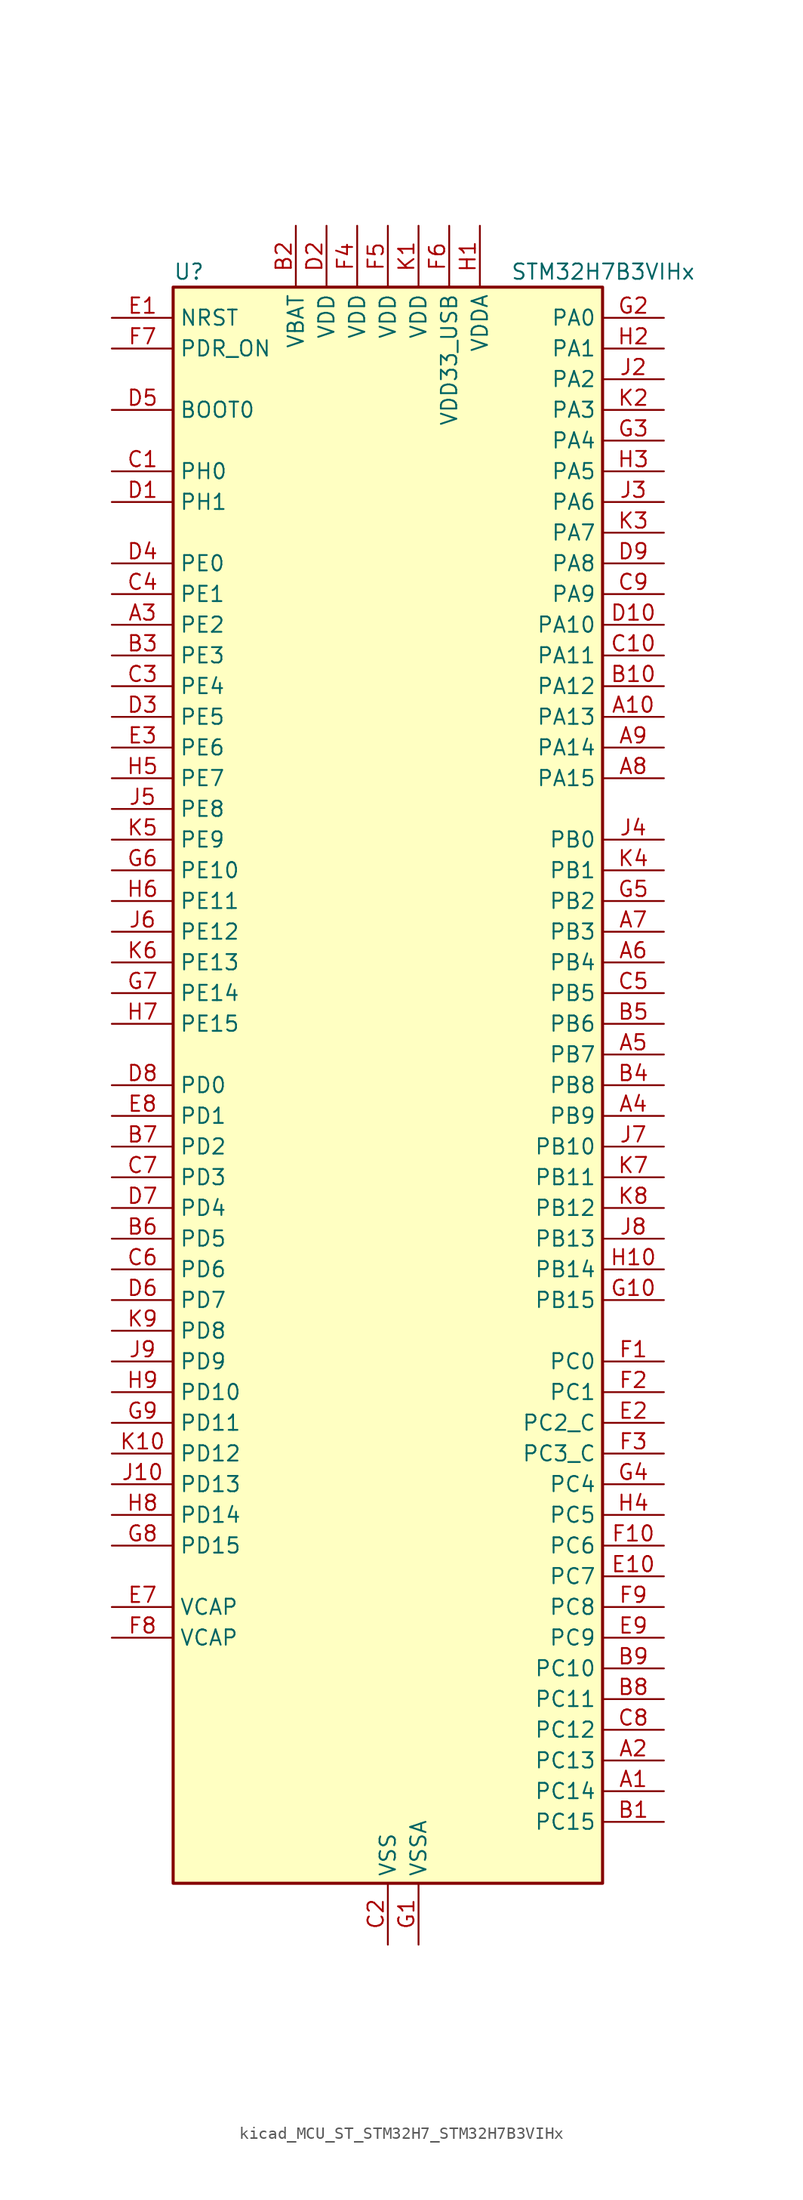
<source format=kicad_sym>
(kicad_symbol_lib
  (version 20220914)
  (generator kicad_symbol_editor)
  (symbol "kicad_MCU_ST_STM32H7_STM32H7B3VIHx"
    (property "Reference" "U"
      (at -17.78 67.31 0)
      (effects (font (size 1.27 1.27)) (justify left)))
    (property "Value" "STM32H7B3VIHx"
      (at 10.16 67.31 0)
      (effects (font (size 1.27 1.27)) (justify left)))
    (property "ki_locked" ""
      (at 0 0 0)
      (effects (font (size 1.27 1.27))))
    (symbol "kicad_MCU_ST_STM32H7_STM32H7B3VIHx_0_1"
      (rectangle (start -17.78 -66.04) (end 17.78 66.04) (stroke (width 0.254) (type default)) (fill (type background))))
    (symbol "kicad_MCU_ST_STM32H7_STM32H7B3VIHx_1_1"
      (pin bidirectional line (at 22.86 -58.42 180) (length 5.08) (name "PC14" (effects (font (size 1.27 1.27)))) (number "A1" (effects (font (size 1.27 1.27)))) (alternate "RCC_OSC32_IN" bidirectional line))
      (pin bidirectional line (at 22.86 30.48 180) (length 5.08) (name "PA13" (effects (font (size 1.27 1.27)))) (number "A10" (effects (font (size 1.27 1.27)))) (alternate "DEBUG_JTMS-SWDIO" bidirectional line))
      (pin bidirectional line (at 22.86 -55.88 180) (length 5.08) (name "PC13" (effects (font (size 1.27 1.27)))) (number "A2" (effects (font (size 1.27 1.27)))) (alternate "PWR_WKUP4" bidirectional line) (alternate "RTC_OUT_ALARM" bidirectional line) (alternate "RTC_OUT_CALIB" bidirectional line) (alternate "RTC_TAMP1" bidirectional line) (alternate "RTC_TS" bidirectional line))
      (pin bidirectional line (at -22.86 38.1 0) (length 5.08) (name "PE2" (effects (font (size 1.27 1.27)))) (number "A3" (effects (font (size 1.27 1.27)))) (alternate "DEBUG_TRACECLK" bidirectional line) (alternate "FMC_A23" bidirectional line) (alternate "OCTOSPIM_P1_IO2" bidirectional line) (alternate "SAI1_CK1" bidirectional line) (alternate "SAI1_MCLK_A" bidirectional line) (alternate "SPI4_SCK" bidirectional line) (alternate "USART10_RX" bidirectional line))
      (pin bidirectional line (at 22.86 -2.54 180) (length 5.08) (name "PB9" (effects (font (size 1.27 1.27)))) (number "A4" (effects (font (size 1.27 1.27)))) (alternate "DAC1_EXTI9" bidirectional line) (alternate "DCMI_D7" bidirectional line) (alternate "DFSDM1_DATIN7" bidirectional line) (alternate "FDCAN1_TX" bidirectional line) (alternate "I2C1_SDA" bidirectional line) (alternate "I2C4_SDA" bidirectional line) (alternate "I2C4_SMBA" bidirectional line) (alternate "I2S2_WS" bidirectional line) (alternate "LTDC_B7" bidirectional line) (alternate "PSSI_D7" bidirectional line) (alternate "SDMMC1_CDIR" bidirectional line) (alternate "SDMMC1_D5" bidirectional line) (alternate "SDMMC2_D5" bidirectional line) (alternate "SPI2_NSS" bidirectional line) (alternate "TIM17_CH1" bidirectional line) (alternate "TIM4_CH4" bidirectional line) (alternate "UART4_TX" bidirectional line))
      (pin bidirectional line (at 22.86 2.54 180) (length 5.08) (name "PB7" (effects (font (size 1.27 1.27)))) (number "A5" (effects (font (size 1.27 1.27)))) (alternate "DCMI_VSYNC" bidirectional line) (alternate "DFSDM1_CKIN5" bidirectional line) (alternate "FMC_NL" bidirectional line) (alternate "I2C1_SDA" bidirectional line) (alternate "I2C4_SDA" bidirectional line) (alternate "LPUART1_RX" bidirectional line) (alternate "PSSI_RDY" bidirectional line) (alternate "PWR_PVD_IN" bidirectional line) (alternate "TIM17_CH1N" bidirectional line) (alternate "TIM4_CH2" bidirectional line) (alternate "USART1_RX" bidirectional line))
      (pin bidirectional line (at 22.86 10.16 180) (length 5.08) (name "PB4" (effects (font (size 1.27 1.27)))) (number "A6" (effects (font (size 1.27 1.27)))) (alternate "DEBUG_JTRST" bidirectional line) (alternate "I2S1_SDI" bidirectional line) (alternate "I2S2_WS" bidirectional line) (alternate "I2S3_SDI" bidirectional line) (alternate "I2S6_SDI" bidirectional line) (alternate "SDMMC2_D3" bidirectional line) (alternate "SPI1_MISO" bidirectional line) (alternate "SPI2_NSS" bidirectional line) (alternate "SPI3_MISO" bidirectional line) (alternate "SPI6_MISO" bidirectional line) (alternate "TIM16_BKIN" bidirectional line) (alternate "TIM3_CH1" bidirectional line) (alternate "UART7_TX" bidirectional line))
      (pin bidirectional line (at 22.86 12.7 180) (length 5.08) (name "PB3" (effects (font (size 1.27 1.27)))) (number "A7" (effects (font (size 1.27 1.27)))) (alternate "CRS_SYNC" bidirectional line) (alternate "DEBUG_JTDO-SWO" bidirectional line) (alternate "I2S1_CK" bidirectional line) (alternate "I2S3_CK" bidirectional line) (alternate "I2S6_CK" bidirectional line) (alternate "SDMMC2_D2" bidirectional line) (alternate "SPI1_SCK" bidirectional line) (alternate "SPI3_SCK" bidirectional line) (alternate "SPI6_SCK" bidirectional line) (alternate "TIM2_CH2" bidirectional line) (alternate "UART7_RX" bidirectional line))
      (pin bidirectional line (at 22.86 25.4 180) (length 5.08) (name "PA15" (effects (font (size 1.27 1.27)))) (number "A8" (effects (font (size 1.27 1.27)))) (alternate "ADC1_EXTI15" bidirectional line) (alternate "ADC2_EXTI15" bidirectional line) (alternate "CEC" bidirectional line) (alternate "DEBUG_JTDI" bidirectional line) (alternate "I2S1_WS" bidirectional line) (alternate "I2S3_WS" bidirectional line) (alternate "I2S6_WS" bidirectional line) (alternate "LTDC_B6" bidirectional line) (alternate "LTDC_R3" bidirectional line) (alternate "SPI1_NSS" bidirectional line) (alternate "SPI3_NSS" bidirectional line) (alternate "SPI6_NSS" bidirectional line) (alternate "TIM2_CH1" bidirectional line) (alternate "TIM2_ETR" bidirectional line) (alternate "UART4_DE" bidirectional line) (alternate "UART4_RTS" bidirectional line) (alternate "UART7_TX" bidirectional line))
      (pin bidirectional line (at 22.86 27.94 180) (length 5.08) (name "PA14" (effects (font (size 1.27 1.27)))) (number "A9" (effects (font (size 1.27 1.27)))) (alternate "DEBUG_JTCK-SWCLK" bidirectional line))
      (pin bidirectional line (at 22.86 -60.96 180) (length 5.08) (name "PC15" (effects (font (size 1.27 1.27)))) (number "B1" (effects (font (size 1.27 1.27)))) (alternate "ADC1_EXTI15" bidirectional line) (alternate "ADC2_EXTI15" bidirectional line) (alternate "RCC_OSC32_OUT" bidirectional line))
      (pin bidirectional line (at 22.86 33.02 180) (length 5.08) (name "PA12" (effects (font (size 1.27 1.27)))) (number "B10" (effects (font (size 1.27 1.27)))) (alternate "FDCAN1_TX" bidirectional line) (alternate "I2S2_CK" bidirectional line) (alternate "LPUART1_DE" bidirectional line) (alternate "LPUART1_RTS" bidirectional line) (alternate "LTDC_R5" bidirectional line) (alternate "SAI2_FS_B" bidirectional line) (alternate "SPI2_SCK" bidirectional line) (alternate "TIM1_ETR" bidirectional line) (alternate "UART4_TX" bidirectional line) (alternate "USART1_DE" bidirectional line) (alternate "USART1_RTS" bidirectional line) (alternate "USB_OTG_HS_DP" bidirectional line))
      (pin power_in line (at -7.62 71.12 270) (length 5.08) (name "VBAT" (effects (font (size 1.27 1.27)))) (number "B2" (effects (font (size 1.27 1.27)))))
      (pin bidirectional line (at -22.86 35.56 0) (length 5.08) (name "PE3" (effects (font (size 1.27 1.27)))) (number "B3" (effects (font (size 1.27 1.27)))) (alternate "DEBUG_TRACED0" bidirectional line) (alternate "FMC_A19" bidirectional line) (alternate "SAI1_SD_B" bidirectional line) (alternate "TIM15_BKIN" bidirectional line) (alternate "USART10_TX" bidirectional line))
      (pin bidirectional line (at 22.86 0 180) (length 5.08) (name "PB8" (effects (font (size 1.27 1.27)))) (number "B4" (effects (font (size 1.27 1.27)))) (alternate "DCMI_D6" bidirectional line) (alternate "DFSDM1_CKIN7" bidirectional line) (alternate "FDCAN1_RX" bidirectional line) (alternate "I2C1_SCL" bidirectional line) (alternate "I2C4_SCL" bidirectional line) (alternate "LTDC_B6" bidirectional line) (alternate "PSSI_D6" bidirectional line) (alternate "SDMMC1_CKIN" bidirectional line) (alternate "SDMMC1_D4" bidirectional line) (alternate "SDMMC2_D4" bidirectional line) (alternate "TIM16_CH1" bidirectional line) (alternate "TIM4_CH3" bidirectional line) (alternate "UART4_RX" bidirectional line))
      (pin bidirectional line (at 22.86 5.08 180) (length 5.08) (name "PB6" (effects (font (size 1.27 1.27)))) (number "B5" (effects (font (size 1.27 1.27)))) (alternate "CEC" bidirectional line) (alternate "DCMI_D5" bidirectional line) (alternate "DFSDM1_DATIN5" bidirectional line) (alternate "FDCAN2_TX" bidirectional line) (alternate "FMC_SDNE1" bidirectional line) (alternate "I2C1_SCL" bidirectional line) (alternate "I2C4_SCL" bidirectional line) (alternate "LPUART1_TX" bidirectional line) (alternate "OCTOSPIM_P1_NCS" bidirectional line) (alternate "PSSI_D5" bidirectional line) (alternate "TIM16_CH1N" bidirectional line) (alternate "TIM4_CH1" bidirectional line) (alternate "UART5_TX" bidirectional line) (alternate "USART1_TX" bidirectional line))
      (pin bidirectional line (at -22.86 -12.7 0) (length 5.08) (name "PD5" (effects (font (size 1.27 1.27)))) (number "B6" (effects (font (size 1.27 1.27)))) (alternate "FMC_NWE" bidirectional line) (alternate "OCTOSPIM_P1_IO5" bidirectional line) (alternate "USART2_TX" bidirectional line))
      (pin bidirectional line (at -22.86 -5.08 0) (length 5.08) (name "PD2" (effects (font (size 1.27 1.27)))) (number "B7" (effects (font (size 1.27 1.27)))) (alternate "DCMI_D11" bidirectional line) (alternate "DEBUG_TRACED2" bidirectional line) (alternate "LTDC_B2" bidirectional line) (alternate "LTDC_B7" bidirectional line) (alternate "PSSI_D11" bidirectional line) (alternate "SDMMC1_CMD" bidirectional line) (alternate "TIM15_BKIN" bidirectional line) (alternate "TIM3_ETR" bidirectional line) (alternate "UART5_RX" bidirectional line))
      (pin bidirectional line (at 22.86 -50.8 180) (length 5.08) (name "PC11" (effects (font (size 1.27 1.27)))) (number "B8" (effects (font (size 1.27 1.27)))) (alternate "ADC1_EXTI11" bidirectional line) (alternate "ADC2_EXTI11" bidirectional line) (alternate "DCMI_D4" bidirectional line) (alternate "DFSDM1_DATIN5" bidirectional line) (alternate "DFSDM2_DATIN0" bidirectional line) (alternate "I2S3_SDI" bidirectional line) (alternate "LTDC_B4" bidirectional line) (alternate "OCTOSPIM_P1_NCS" bidirectional line) (alternate "PSSI_D4" bidirectional line) (alternate "SDMMC1_D3" bidirectional line) (alternate "SPI3_MISO" bidirectional line) (alternate "UART4_RX" bidirectional line) (alternate "USART3_RX" bidirectional line))
      (pin bidirectional line (at 22.86 -48.26 180) (length 5.08) (name "PC10" (effects (font (size 1.27 1.27)))) (number "B9" (effects (font (size 1.27 1.27)))) (alternate "DCMI_D8" bidirectional line) (alternate "DFSDM1_CKIN5" bidirectional line) (alternate "DFSDM2_CKIN0" bidirectional line) (alternate "I2S3_CK" bidirectional line) (alternate "LTDC_B1" bidirectional line) (alternate "LTDC_R2" bidirectional line) (alternate "OCTOSPIM_P1_IO1" bidirectional line) (alternate "PSSI_D8" bidirectional line) (alternate "SDMMC1_D2" bidirectional line) (alternate "SPI3_SCK" bidirectional line) (alternate "SWPMI1_RX" bidirectional line) (alternate "UART4_TX" bidirectional line) (alternate "USART3_TX" bidirectional line))
      (pin bidirectional line (at -22.86 50.8 0) (length 5.08) (name "PH0" (effects (font (size 1.27 1.27)))) (number "C1" (effects (font (size 1.27 1.27)))) (alternate "RCC_OSC_IN" bidirectional line))
      (pin bidirectional line (at 22.86 35.56 180) (length 5.08) (name "PA11" (effects (font (size 1.27 1.27)))) (number "C10" (effects (font (size 1.27 1.27)))) (alternate "ADC1_EXTI11" bidirectional line) (alternate "ADC2_EXTI11" bidirectional line) (alternate "FDCAN1_RX" bidirectional line) (alternate "I2S2_WS" bidirectional line) (alternate "LPUART1_CTS" bidirectional line) (alternate "LTDC_R4" bidirectional line) (alternate "SPI2_NSS" bidirectional line) (alternate "TIM1_CH4" bidirectional line) (alternate "UART4_RX" bidirectional line) (alternate "USART1_CTS" bidirectional line) (alternate "USART1_NSS" bidirectional line) (alternate "USB_OTG_HS_DM" bidirectional line))
      (pin power_in line (at 0 -71.12 90) (length 5.08) (name "VSS" (effects (font (size 1.27 1.27)))) (number "C2" (effects (font (size 1.27 1.27)))))
      (pin bidirectional line (at -22.86 33.02 0) (length 5.08) (name "PE4" (effects (font (size 1.27 1.27)))) (number "C3" (effects (font (size 1.27 1.27)))) (alternate "DCMI_D4" bidirectional line) (alternate "DEBUG_TRACED1" bidirectional line) (alternate "DFSDM1_DATIN3" bidirectional line) (alternate "FMC_A20" bidirectional line) (alternate "LTDC_B0" bidirectional line) (alternate "PSSI_D4" bidirectional line) (alternate "SAI1_D2" bidirectional line) (alternate "SAI1_FS_A" bidirectional line) (alternate "SPI4_NSS" bidirectional line) (alternate "TIM15_CH1N" bidirectional line))
      (pin bidirectional line (at -22.86 40.64 0) (length 5.08) (name "PE1" (effects (font (size 1.27 1.27)))) (number "C4" (effects (font (size 1.27 1.27)))) (alternate "DCMI_D3" bidirectional line) (alternate "FMC_NBL1" bidirectional line) (alternate "LPTIM1_IN2" bidirectional line) (alternate "LTDC_R6" bidirectional line) (alternate "PSSI_D3" bidirectional line) (alternate "UART8_TX" bidirectional line))
      (pin bidirectional line (at 22.86 7.62 180) (length 5.08) (name "PB5" (effects (font (size 1.27 1.27)))) (number "C5" (effects (font (size 1.27 1.27)))) (alternate "DCMI_D10" bidirectional line) (alternate "FDCAN2_RX" bidirectional line) (alternate "FMC_SDCKE1" bidirectional line) (alternate "I2C1_SMBA" bidirectional line) (alternate "I2C4_SMBA" bidirectional line) (alternate "I2S1_SDO" bidirectional line) (alternate "I2S3_SDO" bidirectional line) (alternate "I2S6_SDO" bidirectional line) (alternate "LTDC_B5" bidirectional line) (alternate "PSSI_D10" bidirectional line) (alternate "SPI1_MOSI" bidirectional line) (alternate "SPI3_MOSI" bidirectional line) (alternate "SPI6_MOSI" bidirectional line) (alternate "TIM17_BKIN" bidirectional line) (alternate "TIM3_CH2" bidirectional line) (alternate "UART5_RX" bidirectional line) (alternate "USB_OTG_HS_ULPI_D7" bidirectional line))
      (pin bidirectional line (at -22.86 -15.24 0) (length 5.08) (name "PD6" (effects (font (size 1.27 1.27)))) (number "C6" (effects (font (size 1.27 1.27)))) (alternate "DCMI_D10" bidirectional line) (alternate "DFSDM1_CKIN4" bidirectional line) (alternate "DFSDM1_DATIN1" bidirectional line) (alternate "FMC_NWAIT" bidirectional line) (alternate "I2S3_SDO" bidirectional line) (alternate "LTDC_B2" bidirectional line) (alternate "OCTOSPIM_P1_IO6" bidirectional line) (alternate "PSSI_D10" bidirectional line) (alternate "SAI1_D1" bidirectional line) (alternate "SAI1_SD_A" bidirectional line) (alternate "SDMMC2_CK" bidirectional line) (alternate "SPI3_MOSI" bidirectional line) (alternate "USART2_RX" bidirectional line))
      (pin bidirectional line (at -22.86 -7.62 0) (length 5.08) (name "PD3" (effects (font (size 1.27 1.27)))) (number "C7" (effects (font (size 1.27 1.27)))) (alternate "DCMI_D5" bidirectional line) (alternate "DFSDM1_CKOUT" bidirectional line) (alternate "FMC_CLK" bidirectional line) (alternate "I2S2_CK" bidirectional line) (alternate "LTDC_G7" bidirectional line) (alternate "PSSI_D5" bidirectional line) (alternate "SPI2_SCK" bidirectional line) (alternate "USART2_CTS" bidirectional line) (alternate "USART2_NSS" bidirectional line))
      (pin bidirectional line (at 22.86 -53.34 180) (length 5.08) (name "PC12" (effects (font (size 1.27 1.27)))) (number "C8" (effects (font (size 1.27 1.27)))) (alternate "DCMI_D9" bidirectional line) (alternate "DEBUG_TRACED3" bidirectional line) (alternate "DFSDM2_CKOUT" bidirectional line) (alternate "I2S3_SDO" bidirectional line) (alternate "I2S6_CK" bidirectional line) (alternate "LTDC_R6" bidirectional line) (alternate "PSSI_D9" bidirectional line) (alternate "SDMMC1_CK" bidirectional line) (alternate "SPI3_MOSI" bidirectional line) (alternate "SPI6_SCK" bidirectional line) (alternate "TIM15_CH1" bidirectional line) (alternate "UART5_TX" bidirectional line) (alternate "USART3_CK" bidirectional line))
      (pin bidirectional line (at 22.86 40.64 180) (length 5.08) (name "PA9" (effects (font (size 1.27 1.27)))) (number "C9" (effects (font (size 1.27 1.27)))) (alternate "DAC1_EXTI9" bidirectional line) (alternate "DCMI_D0" bidirectional line) (alternate "I2C3_SMBA" bidirectional line) (alternate "I2S2_CK" bidirectional line) (alternate "LPUART1_TX" bidirectional line) (alternate "LTDC_R5" bidirectional line) (alternate "PSSI_D0" bidirectional line) (alternate "SPI2_SCK" bidirectional line) (alternate "TIM1_CH2" bidirectional line) (alternate "USART1_TX" bidirectional line) (alternate "USB_OTG_HS_VBUS" bidirectional line))
      (pin bidirectional line (at -22.86 48.26 0) (length 5.08) (name "PH1" (effects (font (size 1.27 1.27)))) (number "D1" (effects (font (size 1.27 1.27)))) (alternate "RCC_OSC_OUT" bidirectional line))
      (pin bidirectional line (at 22.86 38.1 180) (length 5.08) (name "PA10" (effects (font (size 1.27 1.27)))) (number "D10" (effects (font (size 1.27 1.27)))) (alternate "DCMI_D1" bidirectional line) (alternate "LPUART1_RX" bidirectional line) (alternate "LTDC_B1" bidirectional line) (alternate "LTDC_B4" bidirectional line) (alternate "MDIOS_MDIO" bidirectional line) (alternate "PSSI_D1" bidirectional line) (alternate "TIM1_CH3" bidirectional line) (alternate "USART1_RX" bidirectional line) (alternate "USB_OTG_HS_ID" bidirectional line))
      (pin power_in line (at -5.08 71.12 270) (length 5.08) (name "VDD" (effects (font (size 1.27 1.27)))) (number "D2" (effects (font (size 1.27 1.27)))))
      (pin bidirectional line (at -22.86 30.48 0) (length 5.08) (name "PE5" (effects (font (size 1.27 1.27)))) (number "D3" (effects (font (size 1.27 1.27)))) (alternate "DCMI_D6" bidirectional line) (alternate "DEBUG_TRACED2" bidirectional line) (alternate "DFSDM1_CKIN3" bidirectional line) (alternate "FMC_A21" bidirectional line) (alternate "LTDC_G0" bidirectional line) (alternate "PSSI_D6" bidirectional line) (alternate "SAI1_CK2" bidirectional line) (alternate "SAI1_SCK_A" bidirectional line) (alternate "SPI4_MISO" bidirectional line) (alternate "TIM15_CH1" bidirectional line))
      (pin bidirectional line (at -22.86 43.18 0) (length 5.08) (name "PE0" (effects (font (size 1.27 1.27)))) (number "D4" (effects (font (size 1.27 1.27)))) (alternate "DCMI_D2" bidirectional line) (alternate "FMC_NBL0" bidirectional line) (alternate "LPTIM1_ETR" bidirectional line) (alternate "LPTIM2_ETR" bidirectional line) (alternate "LTDC_R0" bidirectional line) (alternate "PSSI_D2" bidirectional line) (alternate "SAI2_MCLK_A" bidirectional line) (alternate "TIM4_ETR" bidirectional line) (alternate "UART8_RX" bidirectional line))
      (pin input line (at -22.86 55.88 0) (length 5.08) (name "BOOT0" (effects (font (size 1.27 1.27)))) (number "D5" (effects (font (size 1.27 1.27)))))
      (pin bidirectional line (at -22.86 -17.78 0) (length 5.08) (name "PD7" (effects (font (size 1.27 1.27)))) (number "D6" (effects (font (size 1.27 1.27)))) (alternate "DFSDM1_CKIN1" bidirectional line) (alternate "DFSDM1_DATIN4" bidirectional line) (alternate "FMC_NE1" bidirectional line) (alternate "I2S1_SDO" bidirectional line) (alternate "OCTOSPIM_P1_IO7" bidirectional line) (alternate "SDMMC2_CMD" bidirectional line) (alternate "SPDIFRX_IN0" bidirectional line) (alternate "SPI1_MOSI" bidirectional line) (alternate "USART2_CK" bidirectional line))
      (pin bidirectional line (at -22.86 -10.16 0) (length 5.08) (name "PD4" (effects (font (size 1.27 1.27)))) (number "D7" (effects (font (size 1.27 1.27)))) (alternate "FMC_NOE" bidirectional line) (alternate "OCTOSPIM_P1_IO4" bidirectional line) (alternate "USART2_DE" bidirectional line) (alternate "USART2_RTS" bidirectional line))
      (pin bidirectional line (at -22.86 0 0) (length 5.08) (name "PD0" (effects (font (size 1.27 1.27)))) (number "D8" (effects (font (size 1.27 1.27)))) (alternate "DFSDM1_CKIN6" bidirectional line) (alternate "FDCAN1_RX" bidirectional line) (alternate "FMC_D2" bidirectional line) (alternate "FMC_DA2" bidirectional line) (alternate "LTDC_B1" bidirectional line) (alternate "UART4_RX" bidirectional line) (alternate "UART9_CTS" bidirectional line))
      (pin bidirectional line (at 22.86 43.18 180) (length 5.08) (name "PA8" (effects (font (size 1.27 1.27)))) (number "D9" (effects (font (size 1.27 1.27)))) (alternate "I2C3_SCL" bidirectional line) (alternate "LTDC_B3" bidirectional line) (alternate "LTDC_R6" bidirectional line) (alternate "RCC_MCO_1" bidirectional line) (alternate "TIM1_CH1" bidirectional line) (alternate "TIM8_BKIN2" bidirectional line) (alternate "TIM8_BKIN2_COMP1" bidirectional line) (alternate "TIM8_BKIN2_COMP2" bidirectional line) (alternate "UART7_RX" bidirectional line) (alternate "USART1_CK" bidirectional line) (alternate "USB_OTG_HS_SOF" bidirectional line))
      (pin input line (at -22.86 63.5 0) (length 5.08) (name "NRST" (effects (font (size 1.27 1.27)))) (number "E1" (effects (font (size 1.27 1.27)))))
      (pin bidirectional line (at 22.86 -40.64 180) (length 5.08) (name "PC7" (effects (font (size 1.27 1.27)))) (number "E10" (effects (font (size 1.27 1.27)))) (alternate "DCMI_D1" bidirectional line) (alternate "DEBUG_TRGIO" bidirectional line) (alternate "DFSDM1_DATIN3" bidirectional line) (alternate "FMC_NE1" bidirectional line) (alternate "I2S3_MCK" bidirectional line) (alternate "LTDC_G6" bidirectional line) (alternate "PSSI_D1" bidirectional line) (alternate "SDMMC1_D123DIR" bidirectional line) (alternate "SDMMC1_D7" bidirectional line) (alternate "SDMMC2_D7" bidirectional line) (alternate "SWPMI1_TX" bidirectional line) (alternate "TIM3_CH2" bidirectional line) (alternate "TIM8_CH2" bidirectional line) (alternate "USART6_RX" bidirectional line))
      (pin bidirectional line (at 22.86 -27.94 180) (length 5.08) (name "PC2_C" (effects (font (size 1.27 1.27)))) (number "E2" (effects (font (size 1.27 1.27)))) (alternate "ADC2_INN1" bidirectional line) (alternate "ADC2_INP0" bidirectional line) (alternate "DFSDM1_CKIN1" bidirectional line) (alternate "DFSDM1_CKOUT" bidirectional line) (alternate "FMC_SDNE0" bidirectional line) (alternate "I2S2_SDI" bidirectional line) (alternate "OCTOSPIM_P1_IO2" bidirectional line) (alternate "OCTOSPIM_P1_IO5" bidirectional line) (alternate "PWR_CSTOP" bidirectional line) (alternate "SPI2_MISO" bidirectional line) (alternate "USB_OTG_HS_ULPI_DIR" bidirectional line))
      (pin bidirectional line (at -22.86 27.94 0) (length 5.08) (name "PE6" (effects (font (size 1.27 1.27)))) (number "E3" (effects (font (size 1.27 1.27)))) (alternate "DCMI_D7" bidirectional line) (alternate "DEBUG_TRACED3" bidirectional line) (alternate "FMC_A22" bidirectional line) (alternate "LTDC_G1" bidirectional line) (alternate "PSSI_D7" bidirectional line) (alternate "SAI1_D1" bidirectional line) (alternate "SAI1_SD_A" bidirectional line) (alternate "SAI2_MCLK_B" bidirectional line) (alternate "SPI4_MOSI" bidirectional line) (alternate "TIM15_CH2" bidirectional line) (alternate "TIM1_BKIN2" bidirectional line) (alternate "TIM1_BKIN2_COMP1" bidirectional line) (alternate "TIM1_BKIN2_COMP2" bidirectional line))
      (pin passive line (at 0 -71.12 90) (length 5.08) hide (name "VSS" (effects (font (size 1.27 1.27)))) (number "E4" (effects (font (size 1.27 1.27)))))
      (pin passive line (at 0 -71.12 90) (length 5.08) hide (name "VSS" (effects (font (size 1.27 1.27)))) (number "E5" (effects (font (size 1.27 1.27)))))
      (pin passive line (at 0 -71.12 90) (length 5.08) hide (name "VSS" (effects (font (size 1.27 1.27)))) (number "E6" (effects (font (size 1.27 1.27)))))
      (pin power_out line (at -22.86 -43.18 0) (length 5.08) (name "VCAP" (effects (font (size 1.27 1.27)))) (number "E7" (effects (font (size 1.27 1.27)))))
      (pin bidirectional line (at -22.86 -2.54 0) (length 5.08) (name "PD1" (effects (font (size 1.27 1.27)))) (number "E8" (effects (font (size 1.27 1.27)))) (alternate "DFSDM1_DATIN6" bidirectional line) (alternate "FDCAN1_TX" bidirectional line) (alternate "FMC_D3" bidirectional line) (alternate "FMC_DA3" bidirectional line) (alternate "UART4_TX" bidirectional line))
      (pin bidirectional line (at 22.86 -45.72 180) (length 5.08) (name "PC9" (effects (font (size 1.27 1.27)))) (number "E9" (effects (font (size 1.27 1.27)))) (alternate "DAC1_EXTI9" bidirectional line) (alternate "DCMI_D3" bidirectional line) (alternate "I2C3_SDA" bidirectional line) (alternate "I2S_CKIN" bidirectional line) (alternate "LTDC_B2" bidirectional line) (alternate "LTDC_G3" bidirectional line) (alternate "OCTOSPIM_P1_IO0" bidirectional line) (alternate "PSSI_D3" bidirectional line) (alternate "RCC_MCO_2" bidirectional line) (alternate "SDMMC1_D1" bidirectional line) (alternate "SWPMI1_SUSPEND" bidirectional line) (alternate "TIM3_CH4" bidirectional line) (alternate "TIM8_CH4" bidirectional line) (alternate "UART5_CTS" bidirectional line))
      (pin bidirectional line (at 22.86 -22.86 180) (length 5.08) (name "PC0" (effects (font (size 1.27 1.27)))) (number "F1" (effects (font (size 1.27 1.27)))) (alternate "ADC1_INP10" bidirectional line) (alternate "ADC2_INP10" bidirectional line) (alternate "DFSDM1_CKIN0" bidirectional line) (alternate "DFSDM1_DATIN4" bidirectional line) (alternate "FMC_A25" bidirectional line) (alternate "FMC_SDNWE" bidirectional line) (alternate "LTDC_G2" bidirectional line) (alternate "LTDC_R5" bidirectional line) (alternate "SAI2_FS_B" bidirectional line) (alternate "USB_OTG_HS_ULPI_STP" bidirectional line))
      (pin bidirectional line (at 22.86 -38.1 180) (length 5.08) (name "PC6" (effects (font (size 1.27 1.27)))) (number "F10" (effects (font (size 1.27 1.27)))) (alternate "DCMI_D0" bidirectional line) (alternate "DFSDM1_CKIN3" bidirectional line) (alternate "FMC_NWAIT" bidirectional line) (alternate "I2S2_MCK" bidirectional line) (alternate "LTDC_HSYNC" bidirectional line) (alternate "PSSI_D0" bidirectional line) (alternate "SDMMC1_D0DIR" bidirectional line) (alternate "SDMMC1_D6" bidirectional line) (alternate "SDMMC2_D6" bidirectional line) (alternate "SWPMI1_IO" bidirectional line) (alternate "TIM3_CH1" bidirectional line) (alternate "TIM8_CH1" bidirectional line) (alternate "USART6_TX" bidirectional line))
      (pin bidirectional line (at 22.86 -25.4 180) (length 5.08) (name "PC1" (effects (font (size 1.27 1.27)))) (number "F2" (effects (font (size 1.27 1.27)))) (alternate "ADC1_INN10" bidirectional line) (alternate "ADC1_INP11" bidirectional line) (alternate "ADC2_INN10" bidirectional line) (alternate "ADC2_INP11" bidirectional line) (alternate "DEBUG_TRACED0" bidirectional line) (alternate "DFSDM1_CKIN4" bidirectional line) (alternate "DFSDM1_DATIN0" bidirectional line) (alternate "I2S2_SDO" bidirectional line) (alternate "LTDC_G5" bidirectional line) (alternate "MDIOS_MDC" bidirectional line) (alternate "OCTOSPIM_P1_IO4" bidirectional line) (alternate "PWR_WKUP6" bidirectional line) (alternate "RTC_TAMP3" bidirectional line) (alternate "SAI1_D1" bidirectional line) (alternate "SAI1_SD_A" bidirectional line) (alternate "SDMMC2_CK" bidirectional line) (alternate "SPI2_MOSI" bidirectional line))
      (pin bidirectional line (at 22.86 -30.48 180) (length 5.08) (name "PC3_C" (effects (font (size 1.27 1.27)))) (number "F3" (effects (font (size 1.27 1.27)))) (alternate "ADC2_INP1" bidirectional line) (alternate "DFSDM1_DATIN1" bidirectional line) (alternate "FMC_SDCKE0" bidirectional line) (alternate "I2S2_SDO" bidirectional line) (alternate "OCTOSPIM_P1_IO0" bidirectional line) (alternate "OCTOSPIM_P1_IO6" bidirectional line) (alternate "PWR_CSLEEP" bidirectional line) (alternate "SPI2_MOSI" bidirectional line) (alternate "USB_OTG_HS_ULPI_NXT" bidirectional line))
      (pin power_in line (at -2.54 71.12 270) (length 5.08) (name "VDD" (effects (font (size 1.27 1.27)))) (number "F4" (effects (font (size 1.27 1.27)))))
      (pin power_in line (at 0 71.12 270) (length 5.08) (name "VDD" (effects (font (size 1.27 1.27)))) (number "F5" (effects (font (size 1.27 1.27)))))
      (pin power_in line (at 5.08 71.12 270) (length 5.08) (name "VDD33_USB" (effects (font (size 1.27 1.27)))) (number "F6" (effects (font (size 1.27 1.27)))))
      (pin input line (at -22.86 60.96 0) (length 5.08) (name "PDR_ON" (effects (font (size 1.27 1.27)))) (number "F7" (effects (font (size 1.27 1.27)))))
      (pin power_out line (at -22.86 -45.72 0) (length 5.08) (name "VCAP" (effects (font (size 1.27 1.27)))) (number "F8" (effects (font (size 1.27 1.27)))))
      (pin bidirectional line (at 22.86 -43.18 180) (length 5.08) (name "PC8" (effects (font (size 1.27 1.27)))) (number "F9" (effects (font (size 1.27 1.27)))) (alternate "DCMI_D2" bidirectional line) (alternate "DEBUG_TRACED1" bidirectional line) (alternate "FMC_INT" bidirectional line) (alternate "FMC_NCE" bidirectional line) (alternate "FMC_NE2" bidirectional line) (alternate "PSSI_D2" bidirectional line) (alternate "SDMMC1_D0" bidirectional line) (alternate "SWPMI1_RX" bidirectional line) (alternate "TIM3_CH3" bidirectional line) (alternate "TIM8_CH3" bidirectional line) (alternate "UART5_DE" bidirectional line) (alternate "UART5_RTS" bidirectional line) (alternate "USART6_CK" bidirectional line))
      (pin power_in line (at 2.54 -71.12 90) (length 5.08) (name "VSSA" (effects (font (size 1.27 1.27)))) (number "G1" (effects (font (size 1.27 1.27)))))
      (pin bidirectional line (at 22.86 -17.78 180) (length 5.08) (name "PB15" (effects (font (size 1.27 1.27)))) (number "G10" (effects (font (size 1.27 1.27)))) (alternate "ADC1_EXTI15" bidirectional line) (alternate "ADC2_EXTI15" bidirectional line) (alternate "DFSDM1_CKIN2" bidirectional line) (alternate "I2S2_SDO" bidirectional line) (alternate "LTDC_G7" bidirectional line) (alternate "RTC_REFIN" bidirectional line) (alternate "SDMMC2_D1" bidirectional line) (alternate "SPI2_MOSI" bidirectional line) (alternate "TIM12_CH2" bidirectional line) (alternate "TIM1_CH3N" bidirectional line) (alternate "TIM8_CH3N" bidirectional line) (alternate "UART4_CTS" bidirectional line) (alternate "USART1_RX" bidirectional line))
      (pin bidirectional line (at 22.86 63.5 180) (length 5.08) (name "PA0" (effects (font (size 1.27 1.27)))) (number "G2" (effects (font (size 1.27 1.27)))) (alternate "ADC1_INP16" bidirectional line) (alternate "I2S6_WS" bidirectional line) (alternate "PWR_WKUP1" bidirectional line) (alternate "SAI2_SD_B" bidirectional line) (alternate "SDMMC2_CMD" bidirectional line) (alternate "SPI6_NSS" bidirectional line) (alternate "TIM15_BKIN" bidirectional line) (alternate "TIM2_CH1" bidirectional line) (alternate "TIM2_ETR" bidirectional line) (alternate "TIM5_CH1" bidirectional line) (alternate "TIM8_ETR" bidirectional line) (alternate "UART4_TX" bidirectional line) (alternate "USART2_CTS" bidirectional line) (alternate "USART2_NSS" bidirectional line))
      (pin bidirectional line (at 22.86 53.34 180) (length 5.08) (name "PA4" (effects (font (size 1.27 1.27)))) (number "G3" (effects (font (size 1.27 1.27)))) (alternate "ADC1_INP18" bidirectional line) (alternate "DAC1_OUT1" bidirectional line) (alternate "DCMI_HSYNC" bidirectional line) (alternate "I2S1_WS" bidirectional line) (alternate "I2S3_WS" bidirectional line) (alternate "I2S6_WS" bidirectional line) (alternate "LTDC_VSYNC" bidirectional line) (alternate "PSSI_DE" bidirectional line) (alternate "SPI1_NSS" bidirectional line) (alternate "SPI3_NSS" bidirectional line) (alternate "SPI6_NSS" bidirectional line) (alternate "TIM5_ETR" bidirectional line) (alternate "USART2_CK" bidirectional line))
      (pin bidirectional line (at 22.86 -33.02 180) (length 5.08) (name "PC4" (effects (font (size 1.27 1.27)))) (number "G4" (effects (font (size 1.27 1.27)))) (alternate "ADC1_INP4" bidirectional line) (alternate "ADC2_INP4" bidirectional line) (alternate "COMP1_INM" bidirectional line) (alternate "DFSDM1_CKIN2" bidirectional line) (alternate "FMC_SDNE0" bidirectional line) (alternate "I2S1_MCK" bidirectional line) (alternate "LTDC_R7" bidirectional line) (alternate "OPAMP1_VOUT" bidirectional line) (alternate "SPDIFRX_IN2" bidirectional line))
      (pin bidirectional line (at 22.86 15.24 180) (length 5.08) (name "PB2" (effects (font (size 1.27 1.27)))) (number "G5" (effects (font (size 1.27 1.27)))) (alternate "COMP1_INP" bidirectional line) (alternate "DFSDM1_CKIN1" bidirectional line) (alternate "I2S3_SDO" bidirectional line) (alternate "OCTOSPIM_P1_CLK" bidirectional line) (alternate "OCTOSPIM_P1_DQS" bidirectional line) (alternate "RTC_OUT_ALARM" bidirectional line) (alternate "RTC_OUT_CALIB" bidirectional line) (alternate "SAI1_D1" bidirectional line) (alternate "SAI1_SD_A" bidirectional line) (alternate "SPI3_MOSI" bidirectional line))
      (pin bidirectional line (at -22.86 17.78 0) (length 5.08) (name "PE10" (effects (font (size 1.27 1.27)))) (number "G6" (effects (font (size 1.27 1.27)))) (alternate "COMP2_INM" bidirectional line) (alternate "DFSDM1_DATIN4" bidirectional line) (alternate "FMC_D7" bidirectional line) (alternate "FMC_DA7" bidirectional line) (alternate "OCTOSPIM_P1_IO7" bidirectional line) (alternate "TIM1_CH2N" bidirectional line) (alternate "UART7_CTS" bidirectional line))
      (pin bidirectional line (at -22.86 7.62 0) (length 5.08) (name "PE14" (effects (font (size 1.27 1.27)))) (number "G7" (effects (font (size 1.27 1.27)))) (alternate "FMC_D11" bidirectional line) (alternate "FMC_DA11" bidirectional line) (alternate "LTDC_CLK" bidirectional line) (alternate "SAI2_MCLK_B" bidirectional line) (alternate "SPI4_MOSI" bidirectional line) (alternate "TIM1_CH4" bidirectional line))
      (pin bidirectional line (at -22.86 -38.1 0) (length 5.08) (name "PD15" (effects (font (size 1.27 1.27)))) (number "G8" (effects (font (size 1.27 1.27)))) (alternate "ADC1_EXTI15" bidirectional line) (alternate "ADC2_EXTI15" bidirectional line) (alternate "FMC_D1" bidirectional line) (alternate "FMC_DA1" bidirectional line) (alternate "TIM4_CH4" bidirectional line) (alternate "UART8_DE" bidirectional line) (alternate "UART8_RTS" bidirectional line) (alternate "UART9_TX" bidirectional line))
      (pin bidirectional line (at -22.86 -27.94 0) (length 5.08) (name "PD11" (effects (font (size 1.27 1.27)))) (number "G9" (effects (font (size 1.27 1.27)))) (alternate "ADC1_EXTI11" bidirectional line) (alternate "ADC2_EXTI11" bidirectional line) (alternate "FMC_A16" bidirectional line) (alternate "FMC_CLE" bidirectional line) (alternate "I2C4_SMBA" bidirectional line) (alternate "LPTIM2_IN2" bidirectional line) (alternate "OCTOSPIM_P1_IO0" bidirectional line) (alternate "SAI2_SD_A" bidirectional line) (alternate "USART3_CTS" bidirectional line) (alternate "USART3_NSS" bidirectional line))
      (pin power_in line (at 7.62 71.12 270) (length 5.08) (name "VDDA" (effects (font (size 1.27 1.27)))) (number "H1" (effects (font (size 1.27 1.27)))))
      (pin bidirectional line (at 22.86 -15.24 180) (length 5.08) (name "PB14" (effects (font (size 1.27 1.27)))) (number "H10" (effects (font (size 1.27 1.27)))) (alternate "DFSDM1_DATIN2" bidirectional line) (alternate "I2S2_SDI" bidirectional line) (alternate "LTDC_CLK" bidirectional line) (alternate "SDMMC2_D0" bidirectional line) (alternate "SPI2_MISO" bidirectional line) (alternate "TIM12_CH1" bidirectional line) (alternate "TIM1_CH2N" bidirectional line) (alternate "TIM8_CH2N" bidirectional line) (alternate "UART4_DE" bidirectional line) (alternate "UART4_RTS" bidirectional line) (alternate "USART1_TX" bidirectional line) (alternate "USART3_DE" bidirectional line) (alternate "USART3_RTS" bidirectional line))
      (pin bidirectional line (at 22.86 60.96 180) (length 5.08) (name "PA1" (effects (font (size 1.27 1.27)))) (number "H2" (effects (font (size 1.27 1.27)))) (alternate "ADC1_INN16" bidirectional line) (alternate "ADC1_INP17" bidirectional line) (alternate "LPTIM3_OUT" bidirectional line) (alternate "LTDC_R2" bidirectional line) (alternate "OCTOSPIM_P1_DQS" bidirectional line) (alternate "OCTOSPIM_P1_IO3" bidirectional line) (alternate "SAI2_MCLK_B" bidirectional line) (alternate "TIM15_CH1N" bidirectional line) (alternate "TIM2_CH2" bidirectional line) (alternate "TIM5_CH2" bidirectional line) (alternate "UART4_RX" bidirectional line) (alternate "USART2_DE" bidirectional line) (alternate "USART2_RTS" bidirectional line))
      (pin bidirectional line (at 22.86 50.8 180) (length 5.08) (name "PA5" (effects (font (size 1.27 1.27)))) (number "H3" (effects (font (size 1.27 1.27)))) (alternate "ADC1_INN18" bidirectional line) (alternate "ADC1_INP19" bidirectional line) (alternate "DAC1_OUT2" bidirectional line) (alternate "I2S1_CK" bidirectional line) (alternate "I2S6_CK" bidirectional line) (alternate "LTDC_R4" bidirectional line) (alternate "PSSI_D14" bidirectional line) (alternate "PWR_NDSTOP2" bidirectional line) (alternate "SPI1_SCK" bidirectional line) (alternate "SPI6_SCK" bidirectional line) (alternate "TIM2_CH1" bidirectional line) (alternate "TIM2_ETR" bidirectional line) (alternate "TIM8_CH1N" bidirectional line) (alternate "USB_OTG_HS_ULPI_CK" bidirectional line))
      (pin bidirectional line (at 22.86 -35.56 180) (length 5.08) (name "PC5" (effects (font (size 1.27 1.27)))) (number "H4" (effects (font (size 1.27 1.27)))) (alternate "ADC1_INN4" bidirectional line) (alternate "ADC1_INP8" bidirectional line) (alternate "ADC2_INN4" bidirectional line) (alternate "ADC2_INP8" bidirectional line) (alternate "COMP1_OUT" bidirectional line) (alternate "DFSDM1_DATIN2" bidirectional line) (alternate "FMC_SDCKE0" bidirectional line) (alternate "LTDC_DE" bidirectional line) (alternate "OCTOSPIM_P1_DQS" bidirectional line) (alternate "OPAMP1_VINM" bidirectional line) (alternate "PSSI_D15" bidirectional line) (alternate "SAI1_D3" bidirectional line) (alternate "SPDIFRX_IN3" bidirectional line))
      (pin bidirectional line (at -22.86 25.4 0) (length 5.08) (name "PE7" (effects (font (size 1.27 1.27)))) (number "H5" (effects (font (size 1.27 1.27)))) (alternate "COMP2_INM" bidirectional line) (alternate "DFSDM1_DATIN2" bidirectional line) (alternate "FMC_D4" bidirectional line) (alternate "FMC_DA4" bidirectional line) (alternate "OCTOSPIM_P1_IO4" bidirectional line) (alternate "OPAMP2_VOUT" bidirectional line) (alternate "TIM1_ETR" bidirectional line) (alternate "UART7_RX" bidirectional line))
      (pin bidirectional line (at -22.86 15.24 0) (length 5.08) (name "PE11" (effects (font (size 1.27 1.27)))) (number "H6" (effects (font (size 1.27 1.27)))) (alternate "ADC1_EXTI11" bidirectional line) (alternate "ADC2_EXTI11" bidirectional line) (alternate "COMP2_INP" bidirectional line) (alternate "DFSDM1_CKIN4" bidirectional line) (alternate "FMC_D8" bidirectional line) (alternate "FMC_DA8" bidirectional line) (alternate "LTDC_G3" bidirectional line) (alternate "OCTOSPIM_P1_NCS" bidirectional line) (alternate "SAI2_SD_B" bidirectional line) (alternate "SPI4_NSS" bidirectional line) (alternate "TIM1_CH2" bidirectional line))
      (pin bidirectional line (at -22.86 5.08 0) (length 5.08) (name "PE15" (effects (font (size 1.27 1.27)))) (number "H7" (effects (font (size 1.27 1.27)))) (alternate "ADC1_EXTI15" bidirectional line) (alternate "ADC2_EXTI15" bidirectional line) (alternate "FMC_D12" bidirectional line) (alternate "FMC_DA12" bidirectional line) (alternate "LTDC_R7" bidirectional line) (alternate "TIM1_BKIN" bidirectional line) (alternate "TIM1_BKIN_COMP1" bidirectional line) (alternate "TIM1_BKIN_COMP2" bidirectional line) (alternate "USART10_CK" bidirectional line))
      (pin bidirectional line (at -22.86 -35.56 0) (length 5.08) (name "PD14" (effects (font (size 1.27 1.27)))) (number "H8" (effects (font (size 1.27 1.27)))) (alternate "FMC_D0" bidirectional line) (alternate "FMC_DA0" bidirectional line) (alternate "TIM4_CH3" bidirectional line) (alternate "UART8_CTS" bidirectional line) (alternate "UART9_RX" bidirectional line))
      (pin bidirectional line (at -22.86 -25.4 0) (length 5.08) (name "PD10" (effects (font (size 1.27 1.27)))) (number "H9" (effects (font (size 1.27 1.27)))) (alternate "DFSDM1_CKOUT" bidirectional line) (alternate "DFSDM2_CKOUT" bidirectional line) (alternate "FMC_D15" bidirectional line) (alternate "FMC_DA15" bidirectional line) (alternate "LTDC_B3" bidirectional line) (alternate "USART3_CK" bidirectional line))
      (pin passive line (at 0 -71.12 90) (length 5.08) hide (name "VSS" (effects (font (size 1.27 1.27)))) (number "J1" (effects (font (size 1.27 1.27)))))
      (pin bidirectional line (at -22.86 -33.02 0) (length 5.08) (name "PD13" (effects (font (size 1.27 1.27)))) (number "J10" (effects (font (size 1.27 1.27)))) (alternate "DCMI_D13" bidirectional line) (alternate "FMC_A18" bidirectional line) (alternate "I2C4_SDA" bidirectional line) (alternate "LPTIM1_OUT" bidirectional line) (alternate "OCTOSPIM_P1_IO3" bidirectional line) (alternate "PSSI_D13" bidirectional line) (alternate "SAI2_SCK_A" bidirectional line) (alternate "TIM4_CH2" bidirectional line) (alternate "UART9_DE" bidirectional line) (alternate "UART9_RTS" bidirectional line))
      (pin bidirectional line (at 22.86 58.42 180) (length 5.08) (name "PA2" (effects (font (size 1.27 1.27)))) (number "J2" (effects (font (size 1.27 1.27)))) (alternate "ADC1_INP14" bidirectional line) (alternate "DFSDM2_CKIN1" bidirectional line) (alternate "LTDC_R1" bidirectional line) (alternate "MDIOS_MDIO" bidirectional line) (alternate "PWR_WKUP2" bidirectional line) (alternate "SAI2_SCK_B" bidirectional line) (alternate "TIM15_CH1" bidirectional line) (alternate "TIM2_CH3" bidirectional line) (alternate "TIM5_CH3" bidirectional line) (alternate "USART2_TX" bidirectional line))
      (pin bidirectional line (at 22.86 48.26 180) (length 5.08) (name "PA6" (effects (font (size 1.27 1.27)))) (number "J3" (effects (font (size 1.27 1.27)))) (alternate "ADC1_INP3" bidirectional line) (alternate "ADC2_INP3" bidirectional line) (alternate "DAC2_OUT1" bidirectional line) (alternate "DCMI_PIXCLK" bidirectional line) (alternate "I2S1_SDI" bidirectional line) (alternate "I2S6_SDI" bidirectional line) (alternate "LTDC_G2" bidirectional line) (alternate "MDIOS_MDC" bidirectional line) (alternate "OCTOSPIM_P1_IO3" bidirectional line) (alternate "PSSI_PDCK" bidirectional line) (alternate "SPI1_MISO" bidirectional line) (alternate "SPI6_MISO" bidirectional line) (alternate "TIM13_CH1" bidirectional line) (alternate "TIM1_BKIN" bidirectional line) (alternate "TIM1_BKIN_COMP1" bidirectional line) (alternate "TIM1_BKIN_COMP2" bidirectional line) (alternate "TIM3_CH1" bidirectional line) (alternate "TIM8_BKIN" bidirectional line) (alternate "TIM8_BKIN_COMP1" bidirectional line) (alternate "TIM8_BKIN_COMP2" bidirectional line))
      (pin bidirectional line (at 22.86 20.32 180) (length 5.08) (name "PB0" (effects (font (size 1.27 1.27)))) (number "J4" (effects (font (size 1.27 1.27)))) (alternate "ADC1_INN5" bidirectional line) (alternate "ADC1_INP9" bidirectional line) (alternate "ADC2_INN5" bidirectional line) (alternate "ADC2_INP9" bidirectional line) (alternate "COMP1_INP" bidirectional line) (alternate "DFSDM1_CKOUT" bidirectional line) (alternate "DFSDM2_CKOUT" bidirectional line) (alternate "LTDC_G1" bidirectional line) (alternate "LTDC_R3" bidirectional line) (alternate "OCTOSPIM_P1_IO1" bidirectional line) (alternate "OPAMP1_VINP" bidirectional line) (alternate "TIM1_CH2N" bidirectional line) (alternate "TIM3_CH3" bidirectional line) (alternate "TIM8_CH2N" bidirectional line) (alternate "UART4_CTS" bidirectional line) (alternate "USB_OTG_HS_ULPI_D1" bidirectional line))
      (pin bidirectional line (at -22.86 22.86 0) (length 5.08) (name "PE8" (effects (font (size 1.27 1.27)))) (number "J5" (effects (font (size 1.27 1.27)))) (alternate "COMP2_OUT" bidirectional line) (alternate "DFSDM1_CKIN2" bidirectional line) (alternate "FMC_D5" bidirectional line) (alternate "FMC_DA5" bidirectional line) (alternate "OCTOSPIM_P1_IO5" bidirectional line) (alternate "OPAMP2_VINM" bidirectional line) (alternate "TIM1_CH1N" bidirectional line) (alternate "UART7_TX" bidirectional line))
      (pin bidirectional line (at -22.86 12.7 0) (length 5.08) (name "PE12" (effects (font (size 1.27 1.27)))) (number "J6" (effects (font (size 1.27 1.27)))) (alternate "COMP1_OUT" bidirectional line) (alternate "DFSDM1_DATIN5" bidirectional line) (alternate "FMC_D9" bidirectional line) (alternate "FMC_DA9" bidirectional line) (alternate "LTDC_B4" bidirectional line) (alternate "SAI2_SCK_B" bidirectional line) (alternate "SPI4_SCK" bidirectional line) (alternate "TIM1_CH3N" bidirectional line))
      (pin bidirectional line (at 22.86 -5.08 180) (length 5.08) (name "PB10" (effects (font (size 1.27 1.27)))) (number "J7" (effects (font (size 1.27 1.27)))) (alternate "DFSDM1_DATIN7" bidirectional line) (alternate "I2C2_SCL" bidirectional line) (alternate "I2S2_CK" bidirectional line) (alternate "LPTIM2_IN1" bidirectional line) (alternate "LTDC_G4" bidirectional line) (alternate "OCTOSPIM_P1_NCS" bidirectional line) (alternate "SPI2_SCK" bidirectional line) (alternate "TIM2_CH3" bidirectional line) (alternate "USART3_TX" bidirectional line) (alternate "USB_OTG_HS_ULPI_D3" bidirectional line))
      (pin bidirectional line (at 22.86 -12.7 180) (length 5.08) (name "PB13" (effects (font (size 1.27 1.27)))) (number "J8" (effects (font (size 1.27 1.27)))) (alternate "DCMI_D2" bidirectional line) (alternate "DFSDM1_CKIN1" bidirectional line) (alternate "DFSDM2_CKIN1" bidirectional line) (alternate "FDCAN2_TX" bidirectional line) (alternate "I2S2_CK" bidirectional line) (alternate "LPTIM2_OUT" bidirectional line) (alternate "PSSI_D2" bidirectional line) (alternate "SDMMC1_D0" bidirectional line) (alternate "SPI2_SCK" bidirectional line) (alternate "TIM1_CH1N" bidirectional line) (alternate "UART5_TX" bidirectional line) (alternate "USART3_CTS" bidirectional line) (alternate "USART3_NSS" bidirectional line) (alternate "USB_OTG_HS_ULPI_D6" bidirectional line))
      (pin bidirectional line (at -22.86 -22.86 0) (length 5.08) (name "PD9" (effects (font (size 1.27 1.27)))) (number "J9" (effects (font (size 1.27 1.27)))) (alternate "DAC1_EXTI9" bidirectional line) (alternate "DFSDM1_DATIN3" bidirectional line) (alternate "FMC_D14" bidirectional line) (alternate "FMC_DA14" bidirectional line) (alternate "USART3_RX" bidirectional line))
      (pin power_in line (at 2.54 71.12 270) (length 5.08) (name "VDD" (effects (font (size 1.27 1.27)))) (number "K1" (effects (font (size 1.27 1.27)))))
      (pin bidirectional line (at -22.86 -30.48 0) (length 5.08) (name "PD12" (effects (font (size 1.27 1.27)))) (number "K10" (effects (font (size 1.27 1.27)))) (alternate "DCMI_D12" bidirectional line) (alternate "FMC_A17" bidirectional line) (alternate "FMC_ALE" bidirectional line) (alternate "I2C4_SCL" bidirectional line) (alternate "LPTIM1_IN1" bidirectional line) (alternate "LPTIM2_IN1" bidirectional line) (alternate "OCTOSPIM_P1_IO1" bidirectional line) (alternate "PSSI_D12" bidirectional line) (alternate "SAI2_FS_A" bidirectional line) (alternate "TIM4_CH1" bidirectional line) (alternate "USART3_DE" bidirectional line) (alternate "USART3_RTS" bidirectional line))
      (pin bidirectional line (at 22.86 55.88 180) (length 5.08) (name "PA3" (effects (font (size 1.27 1.27)))) (number "K2" (effects (font (size 1.27 1.27)))) (alternate "ADC1_INP15" bidirectional line) (alternate "I2S6_MCK" bidirectional line) (alternate "LTDC_B2" bidirectional line) (alternate "LTDC_B5" bidirectional line) (alternate "OCTOSPIM_P1_CLK" bidirectional line) (alternate "TIM15_CH2" bidirectional line) (alternate "TIM2_CH4" bidirectional line) (alternate "TIM5_CH4" bidirectional line) (alternate "USART2_RX" bidirectional line) (alternate "USB_OTG_HS_ULPI_D0" bidirectional line))
      (pin bidirectional line (at 22.86 45.72 180) (length 5.08) (name "PA7" (effects (font (size 1.27 1.27)))) (number "K3" (effects (font (size 1.27 1.27)))) (alternate "ADC1_INN3" bidirectional line) (alternate "ADC1_INP7" bidirectional line) (alternate "ADC2_INN3" bidirectional line) (alternate "ADC2_INP7" bidirectional line) (alternate "DFSDM2_DATIN1" bidirectional line) (alternate "FMC_SDNWE" bidirectional line) (alternate "I2S1_SDO" bidirectional line) (alternate "I2S6_SDO" bidirectional line) (alternate "LTDC_VSYNC" bidirectional line) (alternate "OCTOSPIM_P1_IO2" bidirectional line) (alternate "OPAMP1_VINM" bidirectional line) (alternate "SPI1_MOSI" bidirectional line) (alternate "SPI6_MOSI" bidirectional line) (alternate "TIM14_CH1" bidirectional line) (alternate "TIM1_CH1N" bidirectional line) (alternate "TIM3_CH2" bidirectional line) (alternate "TIM8_CH1N" bidirectional line))
      (pin bidirectional line (at 22.86 17.78 180) (length 5.08) (name "PB1" (effects (font (size 1.27 1.27)))) (number "K4" (effects (font (size 1.27 1.27)))) (alternate "ADC1_INP5" bidirectional line) (alternate "ADC2_INP5" bidirectional line) (alternate "COMP1_INM" bidirectional line) (alternate "DFSDM1_DATIN1" bidirectional line) (alternate "LTDC_G0" bidirectional line) (alternate "LTDC_R6" bidirectional line) (alternate "OCTOSPIM_P1_IO0" bidirectional line) (alternate "TIM1_CH3N" bidirectional line) (alternate "TIM3_CH4" bidirectional line) (alternate "TIM8_CH3N" bidirectional line) (alternate "USB_OTG_HS_ULPI_D2" bidirectional line))
      (pin bidirectional line (at -22.86 20.32 0) (length 5.08) (name "PE9" (effects (font (size 1.27 1.27)))) (number "K5" (effects (font (size 1.27 1.27)))) (alternate "COMP2_INP" bidirectional line) (alternate "DAC1_EXTI9" bidirectional line) (alternate "DFSDM1_CKOUT" bidirectional line) (alternate "FMC_D6" bidirectional line) (alternate "FMC_DA6" bidirectional line) (alternate "OCTOSPIM_P1_IO6" bidirectional line) (alternate "OPAMP2_VINP" bidirectional line) (alternate "TIM1_CH1" bidirectional line) (alternate "UART7_DE" bidirectional line) (alternate "UART7_RTS" bidirectional line))
      (pin bidirectional line (at -22.86 10.16 0) (length 5.08) (name "PE13" (effects (font (size 1.27 1.27)))) (number "K6" (effects (font (size 1.27 1.27)))) (alternate "COMP2_OUT" bidirectional line) (alternate "DFSDM1_CKIN5" bidirectional line) (alternate "FMC_D10" bidirectional line) (alternate "FMC_DA10" bidirectional line) (alternate "LTDC_DE" bidirectional line) (alternate "SAI2_FS_B" bidirectional line) (alternate "SPI4_MISO" bidirectional line) (alternate "TIM1_CH3" bidirectional line))
      (pin bidirectional line (at 22.86 -7.62 180) (length 5.08) (name "PB11" (effects (font (size 1.27 1.27)))) (number "K7" (effects (font (size 1.27 1.27)))) (alternate "ADC1_EXTI11" bidirectional line) (alternate "ADC2_EXTI11" bidirectional line) (alternate "DFSDM1_CKIN7" bidirectional line) (alternate "I2C2_SDA" bidirectional line) (alternate "LPTIM2_ETR" bidirectional line) (alternate "LTDC_G5" bidirectional line) (alternate "TIM2_CH4" bidirectional line) (alternate "USART3_RX" bidirectional line) (alternate "USB_OTG_HS_ULPI_D4" bidirectional line))
      (pin bidirectional line (at 22.86 -10.16 180) (length 5.08) (name "PB12" (effects (font (size 1.27 1.27)))) (number "K8" (effects (font (size 1.27 1.27)))) (alternate "DFSDM1_DATIN1" bidirectional line) (alternate "DFSDM2_DATIN1" bidirectional line) (alternate "FDCAN2_RX" bidirectional line) (alternate "I2C2_SMBA" bidirectional line) (alternate "I2S2_WS" bidirectional line) (alternate "OCTOSPIM_P1_NCLK" bidirectional line) (alternate "SPI2_NSS" bidirectional line) (alternate "TIM1_BKIN" bidirectional line) (alternate "TIM1_BKIN_COMP1" bidirectional line) (alternate "TIM1_BKIN_COMP2" bidirectional line) (alternate "UART5_RX" bidirectional line) (alternate "USART3_CK" bidirectional line) (alternate "USB_OTG_HS_ULPI_D5" bidirectional line))
      (pin bidirectional line (at -22.86 -20.32 0) (length 5.08) (name "PD8" (effects (font (size 1.27 1.27)))) (number "K9" (effects (font (size 1.27 1.27)))) (alternate "DFSDM1_CKIN3" bidirectional line) (alternate "FMC_D13" bidirectional line) (alternate "FMC_DA13" bidirectional line) (alternate "SPDIFRX_IN1" bidirectional line) (alternate "USART3_TX" bidirectional line)))))
</source>
